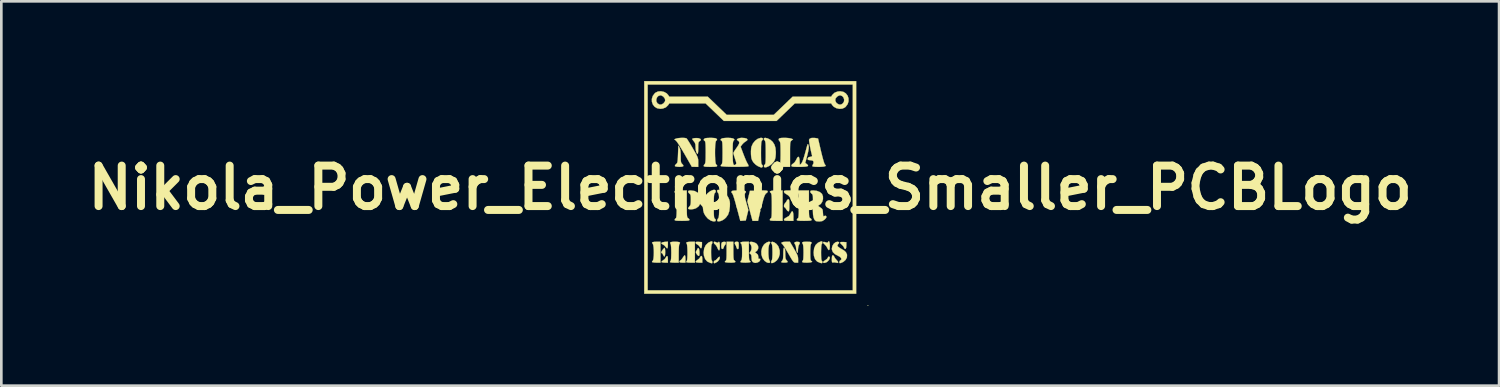
<source format=kicad_pcb>
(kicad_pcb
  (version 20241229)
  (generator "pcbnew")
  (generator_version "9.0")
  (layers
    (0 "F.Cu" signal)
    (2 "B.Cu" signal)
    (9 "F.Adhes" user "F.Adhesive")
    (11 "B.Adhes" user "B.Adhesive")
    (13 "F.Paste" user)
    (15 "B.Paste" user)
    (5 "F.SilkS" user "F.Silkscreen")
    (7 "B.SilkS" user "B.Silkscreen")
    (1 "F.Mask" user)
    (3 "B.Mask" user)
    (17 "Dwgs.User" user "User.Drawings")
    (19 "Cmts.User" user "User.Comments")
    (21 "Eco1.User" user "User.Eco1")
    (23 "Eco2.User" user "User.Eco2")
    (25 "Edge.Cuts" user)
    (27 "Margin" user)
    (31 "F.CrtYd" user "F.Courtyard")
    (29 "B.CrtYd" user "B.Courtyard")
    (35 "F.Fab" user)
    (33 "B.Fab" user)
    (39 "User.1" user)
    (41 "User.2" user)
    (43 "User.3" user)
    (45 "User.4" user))
  (footprint "Nikola_Power_Electronics_Smaller_PCBLogo"
    (layer "F.Cu")
    (at 25.19 4.018)
    (property "Reference" "Nikola_Power_Electronics_Smaller_PCBLogo" (at 0 0 0) (layer "F.SilkS") (effects (font (size 1.524 1.524) (thickness 0.3))))
    (attr through_hole)
    (fp_poly (pts (xy 4.445 4.432) (xy 4.432 4.445) (xy 4.42 4.432) (xy 4.432 4.42) (xy 4.445 4.432)) (stroke (width 0.01) (type solid)) (fill yes) (layer "F.SilkS"))
    (fp_poly (pts (xy 0.285 0.483) (xy 0.383 0.851) (xy 0.296 1.245) (xy 0.087 1.245) (xy -0.011 0.879) (xy -0.108 0.513) (xy -0.059 0.313) (xy -0.01 0.114) (xy 0.186 0.114) (xy 0.285 0.483)) (stroke (width 0.01) (type solid)) (fill yes) (layer "F.SilkS"))
    (fp_poly (pts (xy 3.988 3.988) (xy -3.988 3.988) (xy -3.988 -3.886) (xy -3.861 -3.886) (xy -3.861 3.861) (xy 3.861 3.861) (xy 3.861 -3.886) (xy -3.861 -3.886) (xy -3.988 -3.886) (xy -3.988 -4.013) (xy 3.988 -4.013) (xy 3.988 3.988)) (stroke (width 0.01) (type solid)) (fill yes) (layer "F.SilkS"))
    (fp_poly (pts (xy -3.099 2.158) (xy -3.104 2.243) (xy -3.12 2.28) (xy -3.149 2.269) (xy -3.186 2.221) (xy -3.239 2.165) (xy -3.293 2.132) (xy -3.341 2.103) (xy -3.342 2.074) (xy -3.3 2.051) (xy -3.22 2.037) (xy -3.217 2.037) (xy -3.099 2.029) (xy -3.099 2.158)) (stroke (width 0.01) (type solid)) (fill yes) (layer "F.SilkS"))
    (fp_poly (pts (xy -1.937 2.037) (xy -1.816 2.045) (xy -1.816 2.157) (xy -1.824 2.237) (xy -1.844 2.275) (xy -1.872 2.268) (xy -1.9 2.223) (xy -1.945 2.165) (xy -1.994 2.134) (xy -2.041 2.102) (xy -2.057 2.069) (xy -2.047 2.045) (xy -2.008 2.035) (xy -1.937 2.037)) (stroke (width 0.01) (type solid)) (fill yes) (layer "F.SilkS"))
    (fp_poly (pts (xy 3.619 2.048) (xy 3.619 2.171) (xy 3.612 2.254) (xy 3.592 2.299) (xy 3.566 2.305) (xy 3.537 2.265) (xy 3.533 2.253) (xy 3.495 2.192) (xy 3.444 2.14) (xy 3.391 2.089) (xy 3.384 2.057) (xy 3.425 2.042) (xy 3.499 2.041) (xy 3.619 2.048)) (stroke (width 0.01) (type solid)) (fill yes) (layer "F.SilkS"))
    (fp_poly (pts (xy -3.104 2.614) (xy -3.099 2.692) (xy -3.099 2.819) (xy -3.212 2.819) (xy -3.283 2.814) (xy -3.331 2.802) (xy -3.339 2.795) (xy -3.33 2.768) (xy -3.287 2.736) (xy -3.282 2.733) (xy -3.22 2.686) (xy -3.18 2.631) (xy -3.147 2.577) (xy -3.121 2.572) (xy -3.104 2.614)) (stroke (width 0.01) (type solid)) (fill yes) (layer "F.SilkS"))
    (fp_poly (pts (xy -1.944 2.273) (xy -1.923 2.319) (xy -1.911 2.398) (xy -1.91 2.412) (xy -1.91 2.511) (xy -1.924 2.562) (xy -1.953 2.565) (xy -1.997 2.521) (xy -2.005 2.511) (xy -2.042 2.452) (xy -2.047 2.412) (xy -2.035 2.39) (xy -2.001 2.331) (xy -1.99 2.304) (xy -1.967 2.266) (xy -1.944 2.273)) (stroke (width 0.01) (type solid)) (fill yes) (layer "F.SilkS"))
    (fp_poly (pts (xy -2.449 2.563) (xy -2.44 2.622) (xy -2.438 2.68) (xy -2.438 2.819) (xy -2.553 2.819) (xy -2.63 2.814) (xy -2.664 2.795) (xy -2.667 2.784) (xy -2.646 2.745) (xy -2.628 2.734) (xy -2.591 2.704) (xy -2.548 2.647) (xy -2.537 2.63) (xy -2.499 2.573) (xy -2.468 2.542) (xy -2.461 2.54) (xy -2.449 2.563)) (stroke (width 0.01) (type solid)) (fill yes) (layer "F.SilkS"))
    (fp_poly (pts (xy -1.816 2.583) (xy -1.805 2.639) (xy -1.803 2.692) (xy -1.803 2.819) (xy -1.93 2.819) (xy -2.017 2.813) (xy -2.055 2.795) (xy -2.057 2.788) (xy -2.037 2.755) (xy -1.988 2.717) (xy -1.979 2.711) (xy -1.922 2.667) (xy -1.888 2.62) (xy -1.887 2.616) (xy -1.861 2.575) (xy -1.839 2.565) (xy -1.816 2.583)) (stroke (width 0.01) (type solid)) (fill yes) (layer "F.SilkS"))
    (fp_poly (pts (xy -1.154 2.597) (xy -1.143 2.639) (xy -1.163 2.699) (xy -1.207 2.758) (xy -1.252 2.795) (xy -1.32 2.833) (xy -1.356 2.841) (xy -1.37 2.819) (xy -1.372 2.794) (xy -1.357 2.753) (xy -1.335 2.743) (xy -1.298 2.725) (xy -1.249 2.678) (xy -1.235 2.661) (xy -1.192 2.614) (xy -1.16 2.595) (xy -1.154 2.597)) (stroke (width 0.01) (type solid)) (fill yes) (layer "F.SilkS"))
    (fp_poly (pts (xy 2.993 2.607) (xy 2.996 2.647) (xy 2.975 2.7) (xy 2.934 2.754) (xy 2.88 2.799) (xy 2.845 2.815) (xy 2.79 2.829) (xy 2.758 2.826) (xy 2.745 2.797) (xy 2.768 2.764) (xy 2.832 2.721) (xy 2.888 2.679) (xy 2.919 2.639) (xy 2.921 2.63) (xy 2.941 2.596) (xy 2.959 2.591) (xy 2.993 2.607)) (stroke (width 0.01) (type solid)) (fill yes) (layer "F.SilkS"))
    (fp_poly (pts (xy -3.211 2.284) (xy -3.203 2.344) (xy -3.2 2.426) (xy -3.205 2.524) (xy -3.219 2.579) (xy -3.241 2.588) (xy -3.267 2.55) (xy -3.277 2.527) (xy -3.303 2.48) (xy -3.327 2.464) (xy -3.352 2.444) (xy -3.353 2.437) (xy -3.338 2.4) (xy -3.304 2.346) (xy -3.264 2.295) (xy -3.229 2.264) (xy -3.221 2.261) (xy -3.211 2.284)) (stroke (width 0.01) (type solid)) (fill yes) (layer "F.SilkS"))
    (fp_poly (pts (xy 1.607 0.909) (xy 1.622 0.98) (xy 1.626 1.067) (xy 1.626 1.245) (xy 1.448 1.245) (xy 1.353 1.243) (xy 1.299 1.236) (xy 1.275 1.221) (xy 1.27 1.2) (xy 1.294 1.159) (xy 1.361 1.118) (xy 1.372 1.113) (xy 1.458 1.061) (xy 1.51 0.985) (xy 1.512 0.98) (xy 1.551 0.907) (xy 1.583 0.884) (xy 1.607 0.909)) (stroke (width 0.01) (type solid)) (fill yes) (layer "F.SilkS"))
    (fp_poly (pts (xy 1.62 0.271) (xy 1.612 0.362) (xy 1.599 0.426) (xy 1.584 0.45) (xy 1.555 0.436) (xy 1.516 0.39) (xy 1.502 0.368) (xy 1.437 0.291) (xy 1.359 0.24) (xy 1.29 0.197) (xy 1.27 0.152) (xy 1.275 0.126) (xy 1.297 0.11) (xy 1.346 0.103) (xy 1.434 0.102) (xy 1.449 0.102) (xy 1.628 0.102) (xy 1.62 0.271)) (stroke (width 0.01) (type solid)) (fill yes) (layer "F.SilkS"))
    (fp_poly (pts (xy -0.939 2.037) (xy -0.917 2.057) (xy -0.914 2.078) (xy -0.932 2.135) (xy -0.951 2.158) (xy -0.985 2.207) (xy -0.995 2.241) (xy -1.016 2.29) (xy -1.049 2.306) (xy -1.078 2.285) (xy -1.081 2.278) (xy -1.089 2.229) (xy -1.089 2.157) (xy -1.088 2.143) (xy -1.078 2.078) (xy -1.055 2.049) (xy -1.004 2.037) (xy -0.997 2.037) (xy -0.939 2.037)) (stroke (width 0.01) (type solid)) (fill yes) (layer "F.SilkS"))
    (fp_poly (pts (xy -0.464 2.034) (xy -0.442 2.05) (xy -0.433 2.091) (xy -0.432 2.17) (xy -0.432 2.172) (xy -0.436 2.257) (xy -0.448 2.301) (xy -0.468 2.311) (xy -0.498 2.289) (xy -0.52 2.236) (xy -0.521 2.235) (xy -0.54 2.177) (xy -0.561 2.145) (xy -0.58 2.11) (xy -0.584 2.081) (xy -0.572 2.045) (xy -0.525 2.032) (xy -0.508 2.032) (xy -0.464 2.034)) (stroke (width 0.01) (type solid)) (fill yes) (layer "F.SilkS"))
    (fp_poly (pts (xy 3.145 2.561) (xy 3.164 2.597) (xy 3.194 2.651) (xy 3.246 2.712) (xy 3.259 2.725) (xy 3.304 2.779) (xy 3.311 2.817) (xy 3.282 2.83) (xy 3.239 2.819) (xy 3.172 2.808) (xy 3.131 2.812) (xy 3.098 2.816) (xy 3.081 2.801) (xy 3.074 2.756) (xy 3.073 2.682) (xy 3.077 2.596) (xy 3.089 2.552) (xy 3.11 2.54) (xy 3.145 2.561)) (stroke (width 0.01) (type solid)) (fill yes) (layer "F.SilkS"))
    (fp_poly (pts (xy -1.158 2.052) (xy -1.146 2.12) (xy -1.143 2.197) (xy -1.148 2.298) (xy -1.162 2.35) (xy -1.184 2.352) (xy -1.216 2.305) (xy -1.235 2.26) (xy -1.271 2.19) (xy -1.312 2.14) (xy -1.324 2.132) (xy -1.359 2.098) (xy -1.371 2.059) (xy -1.357 2.034) (xy -1.345 2.032) (xy -1.301 2.043) (xy -1.27 2.057) (xy -1.222 2.069) (xy -1.207 2.057) (xy -1.178 2.031) (xy -1.158 2.052)) (stroke (width 0.01) (type solid)) (fill yes) (layer "F.SilkS"))
    (fp_poly (pts (xy -3.378 2.819) (xy -3.529 2.819) (xy -3.612 2.815) (xy -3.673 2.805) (xy -3.696 2.794) (xy -3.69 2.765) (xy -3.672 2.753) (xy -3.653 2.722) (xy -3.64 2.652) (xy -3.631 2.556) (xy -3.628 2.446) (xy -3.63 2.335) (xy -3.638 2.233) (xy -3.65 2.155) (xy -3.668 2.111) (xy -3.67 2.108) (xy -3.697 2.072) (xy -3.677 2.048) (xy -3.608 2.035) (xy -3.529 2.032) (xy -3.378 2.032) (xy -3.378 2.819)) (stroke (width 0.01) (type solid)) (fill yes) (layer "F.SilkS"))
    (fp_poly (pts (xy 1.84 2.042) (xy 1.871 2.072) (xy 1.855 2.118) (xy 1.845 2.129) (xy 1.82 2.184) (xy 1.803 2.274) (xy 1.798 2.325) (xy 1.793 2.406) (xy 1.786 2.444) (xy 1.775 2.445) (xy 1.759 2.421) (xy 1.737 2.358) (xy 1.727 2.278) (xy 1.727 2.271) (xy 1.717 2.195) (xy 1.691 2.136) (xy 1.687 2.131) (xy 1.66 2.081) (xy 1.68 2.048) (xy 1.744 2.033) (xy 1.765 2.032) (xy 1.84 2.042)) (stroke (width 0.01) (type solid)) (fill yes) (layer "F.SilkS"))
    (fp_poly (pts (xy 2.973 2.024) (xy 2.989 2.075) (xy 2.997 2.156) (xy 2.997 2.184) (xy 2.992 2.284) (xy 2.976 2.338) (xy 2.952 2.346) (xy 2.922 2.306) (xy 2.908 2.277) (xy 2.865 2.203) (xy 2.811 2.141) (xy 2.807 2.139) (xy 2.752 2.084) (xy 2.742 2.048) (xy 2.775 2.036) (xy 2.849 2.054) (xy 2.854 2.056) (xy 2.905 2.067) (xy 2.93 2.046) (xy 2.931 2.042) (xy 2.953 2.011) (xy 2.973 2.024)) (stroke (width 0.01) (type solid)) (fill yes) (layer "F.SilkS"))
    (fp_poly (pts (xy -2.083 2.819) (xy -2.248 2.819) (xy -2.332 2.816) (xy -2.391 2.807) (xy -2.413 2.795) (xy -2.395 2.761) (xy -2.388 2.756) (xy -2.376 2.725) (xy -2.368 2.656) (xy -2.363 2.56) (xy -2.361 2.451) (xy -2.363 2.339) (xy -2.368 2.237) (xy -2.376 2.157) (xy -2.386 2.11) (xy -2.392 2.102) (xy -2.408 2.077) (xy -2.403 2.062) (xy -2.367 2.045) (xy -2.294 2.034) (xy -2.234 2.032) (xy -2.083 2.032) (xy -2.083 2.819)) (stroke (width 0.01) (type solid)) (fill yes) (layer "F.SilkS"))
    (fp_poly (pts (xy 1.453 0.44) (xy 1.465 0.472) (xy 1.471 0.535) (xy 1.473 0.638) (xy 1.473 0.66) (xy 1.472 0.772) (xy 1.466 0.842) (xy 1.455 0.878) (xy 1.437 0.889) (xy 1.436 0.889) (xy 1.4 0.868) (xy 1.362 0.818) (xy 1.359 0.813) (xy 1.326 0.761) (xy 1.297 0.737) (xy 1.295 0.737) (xy 1.274 0.717) (xy 1.271 0.671) (xy 1.285 0.618) (xy 1.311 0.582) (xy 1.353 0.531) (xy 1.374 0.49) (xy 1.405 0.445) (xy 1.434 0.432) (xy 1.453 0.44)) (stroke (width 0.01) (type solid)) (fill yes) (layer "F.SilkS"))
    (fp_poly (pts (xy 0.905 2.054) (xy 0.984 2.111) (xy 1.05 2.192) (xy 1.067 2.224) (xy 1.11 2.36) (xy 1.111 2.496) (xy 1.075 2.622) (xy 1.006 2.729) (xy 0.906 2.806) (xy 0.845 2.831) (xy 0.801 2.836) (xy 0.788 2.807) (xy 0.787 2.797) (xy 0.799 2.748) (xy 0.813 2.731) (xy 0.823 2.7) (xy 0.832 2.627) (xy 0.837 2.524) (xy 0.838 2.426) (xy 0.836 2.304) (xy 0.83 2.206) (xy 0.821 2.142) (xy 0.813 2.121) (xy 0.789 2.086) (xy 0.796 2.048) (xy 0.828 2.032) (xy 0.905 2.054)) (stroke (width 0.01) (type solid)) (fill yes) (layer "F.SilkS"))
    (fp_poly (pts (xy 1.294 2.278) (xy 1.311 2.335) (xy 1.32 2.434) (xy 1.321 2.513) (xy 1.324 2.612) (xy 1.335 2.676) (xy 1.358 2.717) (xy 1.371 2.73) (xy 1.404 2.771) (xy 1.408 2.797) (xy 1.377 2.811) (xy 1.319 2.818) (xy 1.253 2.818) (xy 1.196 2.812) (xy 1.169 2.799) (xy 1.168 2.797) (xy 1.186 2.764) (xy 1.206 2.743) (xy 1.226 2.712) (xy 1.238 2.653) (xy 1.244 2.556) (xy 1.245 2.486) (xy 1.247 2.386) (xy 1.253 2.309) (xy 1.262 2.266) (xy 1.267 2.261) (xy 1.294 2.278)) (stroke (width 0.01) (type solid)) (fill yes) (layer "F.SilkS"))
    (fp_poly (pts (xy 1.649 2.297) (xy 1.716 2.415) (xy 1.761 2.503) (xy 1.788 2.57) (xy 1.8 2.629) (xy 1.803 2.69) (xy 1.803 2.819) (xy 1.718 2.819) (xy 1.684 2.818) (xy 1.656 2.808) (xy 1.627 2.785) (xy 1.593 2.74) (xy 1.547 2.669) (xy 1.486 2.564) (xy 1.435 2.476) (xy 1.365 2.356) (xy 1.301 2.252) (xy 1.248 2.171) (xy 1.211 2.122) (xy 1.2 2.111) (xy 1.171 2.082) (xy 1.187 2.057) (xy 1.243 2.04) (xy 1.333 2.032) (xy 1.345 2.032) (xy 1.494 2.032) (xy 1.649 2.297)) (stroke (width 0.01) (type solid)) (fill yes) (layer "F.SilkS"))
    (fp_poly (pts (xy -2.661 -1.506) (xy -2.637 -1.446) (xy -2.623 -1.365) (xy -2.617 -1.251) (xy -2.616 -1.186) (xy -2.615 -1.071) (xy -2.609 -0.995) (xy -2.598 -0.946) (xy -2.578 -0.914) (xy -2.565 -0.902) (xy -2.52 -0.85) (xy -2.518 -0.814) (xy -2.563 -0.794) (xy -2.656 -0.787) (xy -2.666 -0.787) (xy -2.752 -0.792) (xy -2.813 -0.804) (xy -2.834 -0.816) (xy -2.829 -0.85) (xy -2.791 -0.891) (xy -2.766 -0.913) (xy -2.748 -0.941) (xy -2.737 -0.983) (xy -2.729 -1.05) (xy -2.722 -1.151) (xy -2.718 -1.262) (xy -2.705 -1.587) (xy -2.661 -1.506)) (stroke (width 0.01) (type solid)) (fill yes) (layer "F.SilkS"))
    (fp_poly (pts (xy -1.423 2.044) (xy -1.422 2.054) (xy -1.434 2.104) (xy -1.448 2.121) (xy -1.458 2.152) (xy -1.467 2.224) (xy -1.472 2.328) (xy -1.473 2.426) (xy -1.471 2.548) (xy -1.465 2.646) (xy -1.456 2.71) (xy -1.448 2.731) (xy -1.429 2.761) (xy -1.423 2.804) (xy -1.43 2.837) (xy -1.441 2.842) (xy -1.48 2.834) (xy -1.51 2.826) (xy -1.618 2.775) (xy -1.696 2.684) (xy -1.741 2.559) (xy -1.753 2.438) (xy -1.733 2.285) (xy -1.674 2.16) (xy -1.58 2.068) (xy -1.48 2.021) (xy -1.436 2.016) (xy -1.423 2.044)) (stroke (width 0.01) (type solid)) (fill yes) (layer "F.SilkS"))
    (fp_poly (pts (xy -0.635 2.376) (xy -0.634 2.518) (xy -0.631 2.618) (xy -0.624 2.682) (xy -0.614 2.718) (xy -0.598 2.733) (xy -0.597 2.734) (xy -0.563 2.766) (xy -0.559 2.784) (xy -0.571 2.803) (xy -0.615 2.814) (xy -0.697 2.819) (xy -0.748 2.819) (xy -0.841 2.816) (xy -0.914 2.808) (xy -0.951 2.796) (xy -0.953 2.794) (xy -0.947 2.765) (xy -0.929 2.753) (xy -0.913 2.74) (xy -0.901 2.709) (xy -0.894 2.652) (xy -0.89 2.563) (xy -0.889 2.433) (xy -0.889 2.385) (xy -0.889 2.032) (xy -0.635 2.032) (xy -0.635 2.376)) (stroke (width 0.01) (type solid)) (fill yes) (layer "F.SilkS"))
    (fp_poly (pts (xy 0.749 2.039) (xy 0.756 2.065) (xy 0.724 2.118) (xy 0.723 2.119) (xy 0.703 2.174) (xy 0.689 2.264) (xy 0.684 2.376) (xy 0.685 2.494) (xy 0.693 2.605) (xy 0.708 2.693) (xy 0.727 2.74) (xy 0.751 2.794) (xy 0.731 2.824) (xy 0.669 2.826) (xy 0.668 2.825) (xy 0.613 2.802) (xy 0.549 2.757) (xy 0.537 2.746) (xy 0.461 2.644) (xy 0.422 2.518) (xy 0.418 2.385) (xy 0.449 2.255) (xy 0.514 2.144) (xy 0.549 2.109) (xy 0.616 2.062) (xy 0.68 2.035) (xy 0.699 2.032) (xy 0.749 2.039)) (stroke (width 0.01) (type solid)) (fill yes) (layer "F.SilkS"))
    (fp_poly (pts (xy 2.718 2.045) (xy 2.718 2.054) (xy 2.707 2.104) (xy 2.692 2.121) (xy 2.682 2.152) (xy 2.674 2.224) (xy 2.669 2.33) (xy 2.667 2.44) (xy 2.669 2.573) (xy 2.675 2.672) (xy 2.684 2.73) (xy 2.692 2.743) (xy 2.713 2.764) (xy 2.718 2.794) (xy 2.714 2.829) (xy 2.694 2.839) (xy 2.641 2.829) (xy 2.63 2.826) (xy 2.519 2.776) (xy 2.443 2.691) (xy 2.399 2.568) (xy 2.388 2.433) (xy 2.406 2.277) (xy 2.46 2.156) (xy 2.551 2.069) (xy 2.661 2.02) (xy 2.704 2.016) (xy 2.718 2.045)) (stroke (width 0.01) (type solid)) (fill yes) (layer "F.SilkS"))
    (fp_poly (pts (xy -1.96 -1.868) (xy -1.945 -1.866) (xy -1.878 -1.841) (xy -1.856 -1.807) (xy -1.881 -1.768) (xy -1.905 -1.753) (xy -1.929 -1.734) (xy -1.945 -1.703) (xy -1.953 -1.649) (xy -1.956 -1.56) (xy -1.956 -1.498) (xy -1.959 -1.375) (xy -1.967 -1.301) (xy -1.983 -1.274) (xy -2.006 -1.293) (xy -2.028 -1.335) (xy -2.045 -1.398) (xy -2.056 -1.486) (xy -2.057 -1.536) (xy -2.063 -1.631) (xy -2.086 -1.699) (xy -2.121 -1.748) (xy -2.162 -1.799) (xy -2.183 -1.833) (xy -2.184 -1.837) (xy -2.162 -1.854) (xy -2.106 -1.867) (xy -2.033 -1.872) (xy -1.96 -1.868)) (stroke (width 0.01) (type solid)) (fill yes) (layer "F.SilkS"))
    (fp_poly (pts (xy 1.219 1.245) (xy 0.978 1.245) (xy 0.863 1.243) (xy 0.791 1.238) (xy 0.752 1.229) (xy 0.737 1.213) (xy 0.737 1.206) (xy 0.757 1.163) (xy 0.775 1.152) (xy 0.789 1.14) (xy 0.799 1.11) (xy 0.806 1.056) (xy 0.81 0.971) (xy 0.812 0.85) (xy 0.813 0.684) (xy 0.813 0.68) (xy 0.812 0.513) (xy 0.81 0.391) (xy 0.806 0.305) (xy 0.799 0.248) (xy 0.789 0.214) (xy 0.775 0.194) (xy 0.771 0.191) (xy 0.738 0.154) (xy 0.754 0.128) (xy 0.819 0.11) (xy 0.933 0.102) (xy 0.992 0.102) (xy 1.219 0.102) (xy 1.219 1.245)) (stroke (width 0.01) (type solid)) (fill yes) (layer "F.SilkS"))
    (fp_poly (pts (xy -2.454 -1.874) (xy -2.401 -1.862) (xy -2.397 -1.86) (xy -2.375 -1.833) (xy -2.334 -1.769) (xy -2.276 -1.677) (xy -2.209 -1.564) (xy -2.162 -1.484) (xy -2.085 -1.35) (xy -2.03 -1.251) (xy -1.994 -1.177) (xy -1.972 -1.118) (xy -1.96 -1.066) (xy -1.956 -1.01) (xy -1.956 -0.957) (xy -1.956 -0.787) (xy -2.076 -0.788) (xy -2.197 -0.789) (xy -2.462 -1.252) (xy -2.545 -1.394) (xy -2.624 -1.524) (xy -2.693 -1.634) (xy -2.749 -1.717) (xy -2.787 -1.764) (xy -2.792 -1.77) (xy -2.857 -1.825) (xy -2.786 -1.852) (xy -2.721 -1.867) (xy -2.632 -1.876) (xy -2.537 -1.879) (xy -2.454 -1.874)) (stroke (width 0.01) (type solid)) (fill yes) (layer "F.SilkS"))
    (fp_poly (pts (xy -2.092 0.122) (xy -1.98 0.182) (xy -1.9 0.275) (xy -1.859 0.396) (xy -1.854 0.457) (xy -1.876 0.589) (xy -1.938 0.695) (xy -2.038 0.77) (xy -2.039 0.77) (xy -2.116 0.797) (xy -2.198 0.811) (xy -2.272 0.811) (xy -2.322 0.799) (xy -2.337 0.779) (xy -2.319 0.737) (xy -2.286 0.699) (xy -2.259 0.666) (xy -2.244 0.621) (xy -2.237 0.549) (xy -2.235 0.453) (xy -2.237 0.35) (xy -2.244 0.286) (xy -2.259 0.248) (xy -2.284 0.224) (xy -2.286 0.223) (xy -2.326 0.18) (xy -2.337 0.146) (xy -2.326 0.117) (xy -2.285 0.104) (xy -2.233 0.102) (xy -2.092 0.122)) (stroke (width 0.01) (type solid)) (fill yes) (layer "F.SilkS"))
    (fp_poly (pts (xy 0.587 0.104) (xy 0.639 0.113) (xy 0.659 0.131) (xy 0.66 0.14) (xy 0.64 0.183) (xy 0.621 0.194) (xy 0.579 0.229) (xy 0.539 0.302) (xy 0.499 0.418) (xy 0.471 0.527) (xy 0.447 0.616) (xy 0.425 0.681) (xy 0.408 0.711) (xy 0.406 0.711) (xy 0.389 0.689) (xy 0.373 0.635) (xy 0.371 0.629) (xy 0.369 0.556) (xy 0.381 0.462) (xy 0.392 0.41) (xy 0.414 0.308) (xy 0.413 0.243) (xy 0.388 0.205) (xy 0.366 0.193) (xy 0.334 0.159) (xy 0.33 0.14) (xy 0.341 0.119) (xy 0.378 0.107) (xy 0.453 0.102) (xy 0.495 0.102) (xy 0.587 0.104)) (stroke (width 0.01) (type solid)) (fill yes) (layer "F.SilkS"))
    (fp_poly (pts (xy -0.301 0.104) (xy -0.214 0.114) (xy -0.169 0.131) (xy -0.161 0.159) (xy -0.186 0.199) (xy -0.19 0.202) (xy -0.207 0.225) (xy -0.215 0.253) (xy -0.212 0.296) (xy -0.199 0.363) (xy -0.173 0.464) (xy -0.151 0.543) (xy -0.07 0.837) (xy -0.167 1.232) (xy -0.269 1.239) (xy -0.372 1.247) (xy -0.469 0.884) (xy -0.525 0.675) (xy -0.571 0.511) (xy -0.608 0.387) (xy -0.637 0.298) (xy -0.66 0.24) (xy -0.678 0.208) (xy -0.691 0.197) (xy -0.708 0.17) (xy -0.704 0.145) (xy -0.689 0.125) (xy -0.657 0.112) (xy -0.597 0.105) (xy -0.502 0.102) (xy -0.434 0.102) (xy -0.301 0.104)) (stroke (width 0.01) (type solid)) (fill yes) (layer "F.SilkS"))
    (fp_poly (pts (xy -2.751 2.034) (xy -2.683 2.044) (xy -2.645 2.061) (xy -2.642 2.069) (xy -2.657 2.112) (xy -2.667 2.121) (xy -2.677 2.152) (xy -2.685 2.226) (xy -2.69 2.335) (xy -2.692 2.471) (xy -2.692 2.478) (xy -2.692 2.819) (xy -2.857 2.819) (xy -2.942 2.816) (xy -3.001 2.807) (xy -3.023 2.795) (xy -3.004 2.761) (xy -2.997 2.756) (xy -2.986 2.725) (xy -2.977 2.656) (xy -2.973 2.56) (xy -2.971 2.451) (xy -2.973 2.339) (xy -2.977 2.237) (xy -2.985 2.157) (xy -2.996 2.11) (xy -3.002 2.102) (xy -3.018 2.077) (xy -3.013 2.062) (xy -2.979 2.044) (xy -2.914 2.033) (xy -2.832 2.03) (xy -2.751 2.034)) (stroke (width 0.01) (type solid)) (fill yes) (layer "F.SilkS"))
    (fp_poly (pts (xy -0.051 2.385) (xy -0.05 2.529) (xy -0.047 2.629) (xy -0.041 2.695) (xy -0.031 2.732) (xy -0.017 2.75) (xy -0.011 2.753) (xy 0.015 2.778) (xy 0.013 2.794) (xy -0.019 2.807) (xy -0.085 2.815) (xy -0.169 2.819) (xy -0.255 2.817) (xy -0.325 2.811) (xy -0.364 2.799) (xy -0.367 2.797) (xy -0.361 2.765) (xy -0.343 2.743) (xy -0.325 2.717) (xy -0.314 2.666) (xy -0.307 2.584) (xy -0.305 2.461) (xy -0.305 2.426) (xy -0.306 2.292) (xy -0.312 2.201) (xy -0.322 2.144) (xy -0.338 2.113) (xy -0.343 2.108) (xy -0.37 2.072) (xy -0.349 2.048) (xy -0.281 2.035) (xy -0.202 2.032) (xy -0.051 2.032) (xy -0.051 2.385)) (stroke (width 0.01) (type solid)) (fill yes) (layer "F.SilkS"))
    (fp_poly (pts (xy 3.34 2.045) (xy 3.349 2.077) (xy 3.311 2.121) (xy 3.311 2.121) (xy 3.281 2.164) (xy 3.302 2.213) (xy 3.372 2.268) (xy 3.421 2.295) (xy 3.533 2.361) (xy 3.603 2.428) (xy 3.64 2.505) (xy 3.645 2.529) (xy 3.639 2.625) (xy 3.59 2.715) (xy 3.506 2.789) (xy 3.41 2.832) (xy 3.366 2.836) (xy 3.353 2.806) (xy 3.353 2.798) (xy 3.37 2.75) (xy 3.391 2.734) (xy 3.43 2.701) (xy 3.427 2.656) (xy 3.386 2.607) (xy 3.314 2.565) (xy 3.191 2.499) (xy 3.113 2.424) (xy 3.077 2.334) (xy 3.073 2.285) (xy 3.093 2.19) (xy 3.144 2.107) (xy 3.216 2.05) (xy 3.287 2.032) (xy 3.34 2.045)) (stroke (width 0.01) (type solid)) (fill yes) (layer "F.SilkS"))
    (fp_poly (pts (xy -1.306 0.094) (xy -1.296 0.137) (xy -1.317 0.187) (xy -1.333 0.203) (xy -1.348 0.223) (xy -1.358 0.261) (xy -1.365 0.323) (xy -1.369 0.417) (xy -1.371 0.549) (xy -1.372 0.69) (xy -1.371 0.856) (xy -1.369 0.978) (xy -1.365 1.063) (xy -1.358 1.117) (xy -1.347 1.147) (xy -1.333 1.159) (xy -1.301 1.194) (xy -1.295 1.222) (xy -1.315 1.26) (xy -1.37 1.268) (xy -1.454 1.247) (xy -1.486 1.234) (xy -1.593 1.162) (xy -1.686 1.055) (xy -1.742 0.953) (xy -1.768 0.857) (xy -1.782 0.733) (xy -1.783 0.602) (xy -1.771 0.485) (xy -1.753 0.419) (xy -1.692 0.306) (xy -1.604 0.206) (xy -1.504 0.128) (xy -1.401 0.083) (xy -1.347 0.076) (xy -1.306 0.094)) (stroke (width 0.01) (type solid)) (fill yes) (layer "F.SilkS"))
    (fp_poly (pts (xy -1.162 0.086) (xy -1.027 0.138) (xy -0.913 0.235) (xy -0.825 0.366) (xy -0.789 0.447) (xy -0.77 0.517) (xy -0.763 0.597) (xy -0.766 0.704) (xy -0.786 0.875) (xy -0.832 1.01) (xy -0.909 1.118) (xy -0.969 1.174) (xy -1.043 1.223) (xy -1.12 1.254) (xy -1.187 1.267) (xy -1.232 1.258) (xy -1.245 1.233) (xy -1.228 1.18) (xy -1.206 1.152) (xy -1.192 1.129) (xy -1.182 1.087) (xy -1.175 1.02) (xy -1.171 0.921) (xy -1.169 0.783) (xy -1.168 0.674) (xy -1.169 0.509) (xy -1.172 0.387) (xy -1.177 0.303) (xy -1.185 0.248) (xy -1.196 0.216) (xy -1.206 0.203) (xy -1.239 0.152) (xy -1.245 0.121) (xy -1.238 0.087) (xy -1.207 0.079) (xy -1.162 0.086)) (stroke (width 0.01) (type solid)) (fill yes) (layer "F.SilkS"))
    (fp_poly (pts (xy 0.658 -1.859) (xy 0.76 -1.805) (xy 0.845 -1.73) (xy 0.912 -1.625) (xy 0.951 -1.501) (xy 0.964 -1.347) (xy 0.962 -1.265) (xy 0.953 -1.155) (xy 0.936 -1.076) (xy 0.906 -1.011) (xy 0.88 -0.97) (xy 0.807 -0.889) (xy 0.719 -0.824) (xy 0.7 -0.814) (xy 0.614 -0.776) (xy 0.56 -0.765) (xy 0.529 -0.78) (xy 0.516 -0.803) (xy 0.521 -0.849) (xy 0.542 -0.868) (xy 0.558 -0.882) (xy 0.569 -0.911) (xy 0.577 -0.96) (xy 0.581 -1.037) (xy 0.584 -1.15) (xy 0.584 -1.306) (xy 0.584 -1.319) (xy 0.583 -1.482) (xy 0.581 -1.601) (xy 0.576 -1.684) (xy 0.567 -1.737) (xy 0.555 -1.768) (xy 0.546 -1.778) (xy 0.512 -1.824) (xy 0.517 -1.863) (xy 0.558 -1.88) (xy 0.56 -1.88) (xy 0.658 -1.859)) (stroke (width 0.01) (type solid)) (fill yes) (layer "F.SilkS"))
    (fp_poly (pts (xy 0.47 -1.865) (xy 0.481 -1.828) (xy 0.447 -1.78) (xy 0.445 -1.778) (xy 0.43 -1.757) (xy 0.42 -1.718) (xy 0.413 -1.654) (xy 0.408 -1.557) (xy 0.407 -1.421) (xy 0.406 -1.319) (xy 0.407 -1.16) (xy 0.409 -1.044) (xy 0.414 -0.964) (xy 0.421 -0.913) (xy 0.432 -0.884) (xy 0.447 -0.869) (xy 0.448 -0.868) (xy 0.475 -0.832) (xy 0.469 -0.789) (xy 0.436 -0.763) (xy 0.426 -0.762) (xy 0.385 -0.773) (xy 0.319 -0.8) (xy 0.288 -0.814) (xy 0.207 -0.869) (xy 0.131 -0.944) (xy 0.111 -0.97) (xy 0.071 -1.037) (xy 0.047 -1.106) (xy 0.034 -1.194) (xy 0.029 -1.265) (xy 0.028 -1.374) (xy 0.035 -1.477) (xy 0.048 -1.552) (xy 0.049 -1.552) (xy 0.104 -1.671) (xy 0.186 -1.771) (xy 0.286 -1.844) (xy 0.392 -1.878) (xy 0.418 -1.88) (xy 0.47 -1.865)) (stroke (width 0.01) (type solid)) (fill yes) (layer "F.SilkS"))
    (fp_poly (pts (xy 1.363 -1.877) (xy 1.46 -1.869) (xy 1.532 -1.855) (xy 1.541 -1.852) (xy 1.613 -1.825) (xy 1.556 -1.778) (xy 1.536 -1.76) (xy 1.521 -1.738) (xy 1.511 -1.704) (xy 1.504 -1.651) (xy 1.501 -1.572) (xy 1.499 -1.459) (xy 1.499 -1.305) (xy 1.499 -1.26) (xy 1.499 -0.787) (xy 1.283 -0.787) (xy 1.177 -0.788) (xy 1.113 -0.793) (xy 1.08 -0.803) (xy 1.068 -0.822) (xy 1.067 -0.835) (xy 1.084 -0.883) (xy 1.105 -0.898) (xy 1.12 -0.911) (xy 1.13 -0.943) (xy 1.137 -1) (xy 1.141 -1.09) (xy 1.143 -1.219) (xy 1.143 -1.317) (xy 1.142 -1.475) (xy 1.139 -1.59) (xy 1.134 -1.669) (xy 1.124 -1.718) (xy 1.111 -1.746) (xy 1.105 -1.753) (xy 1.07 -1.801) (xy 1.079 -1.845) (xy 1.107 -1.864) (xy 1.167 -1.875) (xy 1.259 -1.879) (xy 1.363 -1.877)) (stroke (width 0.01) (type solid)) (fill yes) (layer "F.SilkS"))
    (fp_poly (pts (xy 2.231 2.034) (xy 2.287 2.043) (xy 2.31 2.059) (xy 2.311 2.069) (xy 2.296 2.112) (xy 2.286 2.121) (xy 2.275 2.152) (xy 2.267 2.224) (xy 2.262 2.33) (xy 2.261 2.437) (xy 2.262 2.569) (xy 2.266 2.658) (xy 2.273 2.713) (xy 2.286 2.742) (xy 2.3 2.753) (xy 2.333 2.775) (xy 2.32 2.794) (xy 2.269 2.81) (xy 2.184 2.818) (xy 2.132 2.819) (xy 2.036 2.817) (xy 1.981 2.809) (xy 1.958 2.793) (xy 1.956 2.781) (xy 1.97 2.747) (xy 1.981 2.743) (xy 1.992 2.719) (xy 2.001 2.65) (xy 2.005 2.541) (xy 2.007 2.44) (xy 2.005 2.314) (xy 1.999 2.212) (xy 1.99 2.145) (xy 1.981 2.121) (xy 1.958 2.084) (xy 1.956 2.069) (xy 1.968 2.049) (xy 2.009 2.037) (xy 2.088 2.032) (xy 2.134 2.032) (xy 2.231 2.034)) (stroke (width 0.01) (type solid)) (fill yes) (layer "F.SilkS"))
    (fp_poly (pts (xy 2.175 -1.642) (xy 2.183 -1.628) (xy 2.19 -1.615) (xy 2.204 -1.564) (xy 2.203 -1.488) (xy 2.186 -1.379) (xy 2.151 -1.231) (xy 2.132 -1.16) (xy 2.072 -0.936) (xy 2.132 -0.89) (xy 2.172 -0.853) (xy 2.177 -0.825) (xy 2.143 -0.805) (xy 2.067 -0.794) (xy 1.946 -0.788) (xy 1.853 -0.787) (xy 1.724 -0.788) (xy 1.638 -0.791) (xy 1.586 -0.797) (xy 1.559 -0.808) (xy 1.55 -0.824) (xy 1.549 -0.834) (xy 1.57 -0.878) (xy 1.614 -0.91) (xy 1.669 -0.956) (xy 1.72 -1.034) (xy 1.73 -1.054) (xy 1.773 -1.136) (xy 1.809 -1.168) (xy 1.836 -1.149) (xy 1.854 -1.082) (xy 1.859 -1.014) (xy 1.867 -0.86) (xy 1.92 -0.91) (xy 1.955 -0.964) (xy 1.995 -1.064) (xy 2.04 -1.208) (xy 2.055 -1.261) (xy 2.096 -1.411) (xy 2.125 -1.518) (xy 2.145 -1.588) (xy 2.158 -1.628) (xy 2.168 -1.644) (xy 2.175 -1.642)) (stroke (width 0.01) (type solid)) (fill yes) (layer "F.SilkS"))
    (fp_poly (pts (xy 0.115 2.046) (xy 0.185 2.072) (xy 0.242 2.109) (xy 0.244 2.111) (xy 0.295 2.187) (xy 0.304 2.273) (xy 0.272 2.351) (xy 0.241 2.383) (xy 0.178 2.433) (xy 0.241 2.474) (xy 0.29 2.524) (xy 0.305 2.597) (xy 0.305 2.603) (xy 0.31 2.661) (xy 0.327 2.679) (xy 0.345 2.675) (xy 0.374 2.675) (xy 0.378 2.712) (xy 0.377 2.719) (xy 0.347 2.771) (xy 0.284 2.81) (xy 0.208 2.828) (xy 0.165 2.825) (xy 0.1 2.799) (xy 0.064 2.751) (xy 0.051 2.668) (xy 0.051 2.638) (xy 0.044 2.55) (xy 0.024 2.505) (xy 0.013 2.498) (xy -0.021 2.472) (xy -0.025 2.459) (xy -0.009 2.423) (xy 0.013 2.397) (xy 0.038 2.347) (xy 0.05 2.275) (xy 0.051 2.262) (xy 0.041 2.188) (xy 0.016 2.137) (xy 0.013 2.134) (xy -0.02 2.089) (xy -0.025 2.064) (xy -0.005 2.04) (xy 0.047 2.035) (xy 0.115 2.046)) (stroke (width 0.01) (type solid)) (fill yes) (layer "F.SilkS"))
    (fp_poly (pts (xy 2.475 -1.869) (xy 2.554 -1.854) (xy 2.664 -1.378) (xy 2.707 -1.204) (xy 2.745 -1.061) (xy 2.777 -0.955) (xy 2.802 -0.891) (xy 2.814 -0.874) (xy 2.844 -0.839) (xy 2.827 -0.813) (xy 2.761 -0.796) (xy 2.646 -0.788) (xy 2.577 -0.787) (xy 2.458 -0.789) (xy 2.383 -0.796) (xy 2.345 -0.807) (xy 2.337 -0.82) (xy 2.353 -0.867) (xy 2.364 -0.881) (xy 2.383 -0.926) (xy 2.383 -0.969) (xy 2.37 -1.008) (xy 2.335 -1.027) (xy 2.265 -1.037) (xy 2.197 -1.045) (xy 2.167 -1.061) (xy 2.163 -1.093) (xy 2.164 -1.1) (xy 2.184 -1.142) (xy 2.236 -1.161) (xy 2.255 -1.164) (xy 2.313 -1.176) (xy 2.33 -1.2) (xy 2.327 -1.215) (xy 2.303 -1.311) (xy 2.277 -1.425) (xy 2.253 -1.544) (xy 2.233 -1.654) (xy 2.219 -1.743) (xy 2.214 -1.799) (xy 2.214 -1.807) (xy 2.244 -1.851) (xy 2.313 -1.875) (xy 2.412 -1.877) (xy 2.475 -1.869)) (stroke (width 0.01) (type solid)) (fill yes) (layer "F.SilkS"))
    (fp_poly (pts (xy -2.388 0.609) (xy -2.387 0.782) (xy -2.386 0.911) (xy -2.383 1.003) (xy -2.378 1.065) (xy -2.37 1.104) (xy -2.359 1.126) (xy -2.343 1.14) (xy -2.337 1.143) (xy -2.296 1.179) (xy -2.286 1.207) (xy -2.295 1.224) (xy -2.326 1.235) (xy -2.387 1.241) (xy -2.487 1.244) (xy -2.565 1.245) (xy -2.69 1.244) (xy -2.772 1.24) (xy -2.82 1.232) (xy -2.841 1.219) (xy -2.845 1.206) (xy -2.824 1.163) (xy -2.807 1.152) (xy -2.793 1.14) (xy -2.783 1.11) (xy -2.776 1.056) (xy -2.771 0.971) (xy -2.769 0.849) (xy -2.769 0.683) (xy -2.769 0.682) (xy -2.769 0.516) (xy -2.771 0.394) (xy -2.776 0.309) (xy -2.783 0.255) (xy -2.793 0.225) (xy -2.807 0.212) (xy -2.807 0.212) (xy -2.839 0.178) (xy -2.845 0.15) (xy -2.84 0.127) (xy -2.82 0.113) (xy -2.776 0.105) (xy -2.696 0.102) (xy -2.616 0.102) (xy -2.388 0.102) (xy -2.388 0.609)) (stroke (width 0.01) (type solid)) (fill yes) (layer "F.SilkS"))
    (fp_poly (pts (xy 2.21 0.609) (xy 2.21 0.782) (xy 2.211 0.911) (xy 2.214 1.003) (xy 2.219 1.065) (xy 2.227 1.104) (xy 2.239 1.126) (xy 2.255 1.14) (xy 2.261 1.143) (xy 2.301 1.179) (xy 2.311 1.207) (xy 2.303 1.224) (xy 2.272 1.235) (xy 2.21 1.241) (xy 2.111 1.244) (xy 2.032 1.245) (xy 1.907 1.244) (xy 1.825 1.24) (xy 1.778 1.232) (xy 1.756 1.219) (xy 1.753 1.206) (xy 1.773 1.163) (xy 1.791 1.152) (xy 1.804 1.14) (xy 1.815 1.11) (xy 1.821 1.057) (xy 1.826 0.973) (xy 1.828 0.852) (xy 1.829 0.688) (xy 1.829 0.67) (xy 1.828 0.503) (xy 1.826 0.38) (xy 1.823 0.295) (xy 1.816 0.242) (xy 1.807 0.213) (xy 1.794 0.204) (xy 1.791 0.203) (xy 1.76 0.182) (xy 1.753 0.152) (xy 1.756 0.128) (xy 1.774 0.113) (xy 1.816 0.105) (xy 1.891 0.102) (xy 1.981 0.102) (xy 2.21 0.102) (xy 2.21 0.609)) (stroke (width 0.01) (type solid)) (fill yes) (layer "F.SilkS"))
    (fp_poly (pts (xy -1.422 -1.877) (xy -1.334 -1.87) (xy -1.302 -1.864) (xy -1.255 -1.836) (xy -1.248 -1.799) (xy -1.283 -1.769) (xy -1.298 -1.739) (xy -1.31 -1.668) (xy -1.319 -1.567) (xy -1.324 -1.446) (xy -1.325 -1.316) (xy -1.323 -1.186) (xy -1.318 -1.068) (xy -1.309 -0.97) (xy -1.296 -0.904) (xy -1.283 -0.88) (xy -1.249 -0.846) (xy -1.245 -0.826) (xy -1.252 -0.808) (xy -1.282 -0.797) (xy -1.341 -0.79) (xy -1.438 -0.788) (xy -1.499 -0.787) (xy -1.619 -0.789) (xy -1.697 -0.794) (xy -1.739 -0.804) (xy -1.752 -0.82) (xy -1.753 -0.822) (xy -1.735 -0.867) (xy -1.714 -0.889) (xy -1.7 -0.91) (xy -1.689 -0.95) (xy -1.682 -1.015) (xy -1.678 -1.114) (xy -1.677 -1.252) (xy -1.676 -1.334) (xy -1.677 -1.492) (xy -1.68 -1.606) (xy -1.685 -1.683) (xy -1.693 -1.73) (xy -1.704 -1.755) (xy -1.714 -1.762) (xy -1.749 -1.793) (xy -1.743 -1.833) (xy -1.7 -1.862) (xy -1.695 -1.864) (xy -1.625 -1.874) (xy -1.526 -1.878) (xy -1.422 -1.877)) (stroke (width 0.01) (type solid)) (fill yes) (layer "F.SilkS"))
    (fp_poly (pts (xy 2.509 0.117) (xy 2.621 0.161) (xy 2.699 0.227) (xy 2.702 0.232) (xy 2.738 0.322) (xy 2.74 0.425) (xy 2.712 0.526) (xy 2.657 0.609) (xy 2.586 0.657) (xy 2.561 0.672) (xy 2.568 0.691) (xy 2.613 0.725) (xy 2.634 0.738) (xy 2.689 0.777) (xy 2.719 0.815) (xy 2.732 0.869) (xy 2.738 0.948) (xy 2.744 1.03) (xy 2.754 1.069) (xy 2.77 1.074) (xy 2.782 1.067) (xy 2.829 1.05) (xy 2.863 1.074) (xy 2.87 1.104) (xy 2.852 1.141) (xy 2.807 1.191) (xy 2.792 1.204) (xy 2.711 1.254) (xy 2.616 1.268) (xy 2.608 1.268) (xy 2.533 1.264) (xy 2.478 1.256) (xy 2.47 1.253) (xy 2.423 1.209) (xy 2.387 1.127) (xy 2.366 1.017) (xy 2.362 0.942) (xy 2.359 0.852) (xy 2.348 0.8) (xy 2.324 0.77) (xy 2.311 0.762) (xy 2.271 0.726) (xy 2.261 0.699) (xy 2.281 0.659) (xy 2.311 0.635) (xy 2.339 0.613) (xy 2.354 0.576) (xy 2.361 0.51) (xy 2.362 0.431) (xy 2.36 0.334) (xy 2.351 0.274) (xy 2.333 0.24) (xy 2.311 0.223) (xy 2.271 0.18) (xy 2.261 0.146) (xy 2.27 0.118) (xy 2.308 0.105) (xy 2.376 0.102) (xy 2.509 0.117)) (stroke (width 0.01) (type solid)) (fill yes) (layer "F.SilkS"))
    (fp_poly (pts (xy -3.245 -3.609) (xy -3.146 -3.555) (xy -3.089 -3.494) (xy -3.047 -3.429) (xy -1.598 -3.429) (xy -0.884 -2.743) (xy 0.884 -2.743) (xy 1.241 -3.086) (xy 1.441 -3.278) (xy 3.202 -3.278) (xy 3.24 -3.203) (xy 3.267 -3.177) (xy 3.347 -3.132) (xy 3.418 -3.133) (xy 3.481 -3.171) (xy 3.527 -3.236) (xy 3.537 -3.314) (xy 3.515 -3.39) (xy 3.466 -3.45) (xy 3.395 -3.479) (xy 3.379 -3.48) (xy 3.329 -3.465) (xy 3.269 -3.428) (xy 3.267 -3.427) (xy 3.211 -3.357) (xy 3.202 -3.278) (xy 1.441 -3.278) (xy 1.598 -3.429) (xy 2.322 -3.429) (xy 3.047 -3.429) (xy 3.089 -3.494) (xy 3.173 -3.576) (xy 3.289 -3.622) (xy 3.386 -3.632) (xy 3.505 -3.611) (xy 3.599 -3.553) (xy 3.665 -3.469) (xy 3.7 -3.367) (xy 3.702 -3.257) (xy 3.668 -3.148) (xy 3.595 -3.05) (xy 3.566 -3.025) (xy 3.471 -2.98) (xy 3.359 -2.971) (xy 3.245 -2.995) (xy 3.146 -3.049) (xy 3.089 -3.11) (xy 3.047 -3.175) (xy 1.678 -3.175) (xy 1.334 -2.845) (xy 0.991 -2.515) (xy 0 -2.515) (xy -0.991 -2.515) (xy -1.334 -2.845) (xy -1.678 -3.175) (xy -3.047 -3.175) (xy -3.089 -3.11) (xy -3.173 -3.028) (xy -3.289 -2.982) (xy -3.386 -2.972) (xy -3.505 -2.993) (xy -3.599 -3.051) (xy -3.665 -3.135) (xy -3.7 -3.237) (xy -3.702 -3.329) (xy -3.535 -3.329) (xy -3.532 -3.25) (xy -3.493 -3.182) (xy -3.481 -3.171) (xy -3.407 -3.13) (xy -3.335 -3.136) (xy -3.267 -3.177) (xy -3.211 -3.248) (xy -3.2 -3.302) (xy -3.222 -3.372) (xy -3.277 -3.436) (xy -3.346 -3.475) (xy -3.379 -3.48) (xy -3.454 -3.458) (xy -3.507 -3.403) (xy -3.535 -3.329) (xy -3.702 -3.329) (xy -3.702 -3.347) (xy -3.668 -3.456) (xy -3.595 -3.554) (xy -3.566 -3.579) (xy -3.471 -3.624) (xy -3.359 -3.633) (xy -3.245 -3.609)) (stroke (width 0.01) (type solid)) (fill yes) (layer "F.SilkS"))
    (fp_poly (pts (xy -0.206 -1.871) (xy -0.133 -1.851) (xy -0.102 -1.82) (xy -0.117 -1.782) (xy -0.176 -1.741) (xy -0.242 -1.693) (xy -0.303 -1.628) (xy -0.306 -1.624) (xy -0.361 -1.546) (xy -0.254 -1.262) (xy -0.207 -1.143) (xy -0.162 -1.035) (xy -0.123 -0.952) (xy -0.098 -0.908) (xy -0.068 -0.853) (xy -0.062 -0.815) (xy -0.063 -0.813) (xy -0.093 -0.804) (xy -0.164 -0.797) (xy -0.268 -0.792) (xy -0.393 -0.79) (xy -0.532 -0.789) (xy -0.674 -0.789) (xy -0.81 -0.792) (xy -0.931 -0.796) (xy -1.027 -0.803) (xy -1.089 -0.81) (xy -1.108 -0.818) (xy -1.105 -0.853) (xy -1.083 -0.877) (xy -1.068 -0.894) (xy -1.056 -0.926) (xy -1.049 -0.978) (xy -1.044 -1.059) (xy -1.042 -1.176) (xy -1.041 -1.331) (xy -1.042 -1.491) (xy -1.045 -1.607) (xy -1.049 -1.686) (xy -1.057 -1.735) (xy -1.068 -1.76) (xy -1.079 -1.769) (xy -1.115 -1.797) (xy -1.107 -1.831) (xy -1.06 -1.858) (xy -1.038 -1.864) (xy -0.941 -1.876) (xy -0.834 -1.879) (xy -0.733 -1.874) (xy -0.656 -1.86) (xy -0.625 -1.847) (xy -0.594 -1.818) (xy -0.606 -1.792) (xy -0.62 -1.78) (xy -0.635 -1.76) (xy -0.646 -1.724) (xy -0.654 -1.666) (xy -0.658 -1.577) (xy -0.66 -1.451) (xy -0.66 -1.329) (xy -0.659 -1.151) (xy -0.654 -1.02) (xy -0.644 -0.93) (xy -0.629 -0.877) (xy -0.606 -0.855) (xy -0.575 -0.861) (xy -0.551 -0.876) (xy -0.531 -0.895) (xy -0.524 -0.922) (xy -0.532 -0.969) (xy -0.556 -1.046) (xy -0.572 -1.093) (xy -0.602 -1.185) (xy -0.624 -1.26) (xy -0.635 -1.304) (xy -0.635 -1.307) (xy -0.621 -1.341) (xy -0.584 -1.402) (xy -0.531 -1.479) (xy -0.521 -1.493) (xy -0.452 -1.595) (xy -0.416 -1.668) (xy -0.413 -1.72) (xy -0.44 -1.76) (xy -0.462 -1.775) (xy -0.5 -1.803) (xy -0.496 -1.824) (xy -0.47 -1.845) (xy -0.414 -1.867) (xy -0.336 -1.879) (xy -0.319 -1.879) (xy -0.206 -1.871)) (stroke (width 0.01) (type solid)) (fill yes) (layer "F.SilkS")))
  (gr_rect
    (start -3 -3)
    (end 53.379 11.468)
    (stroke (width 0.1) (type default))
    (fill no)
    (layer "Edge.Cuts")))
</source>
